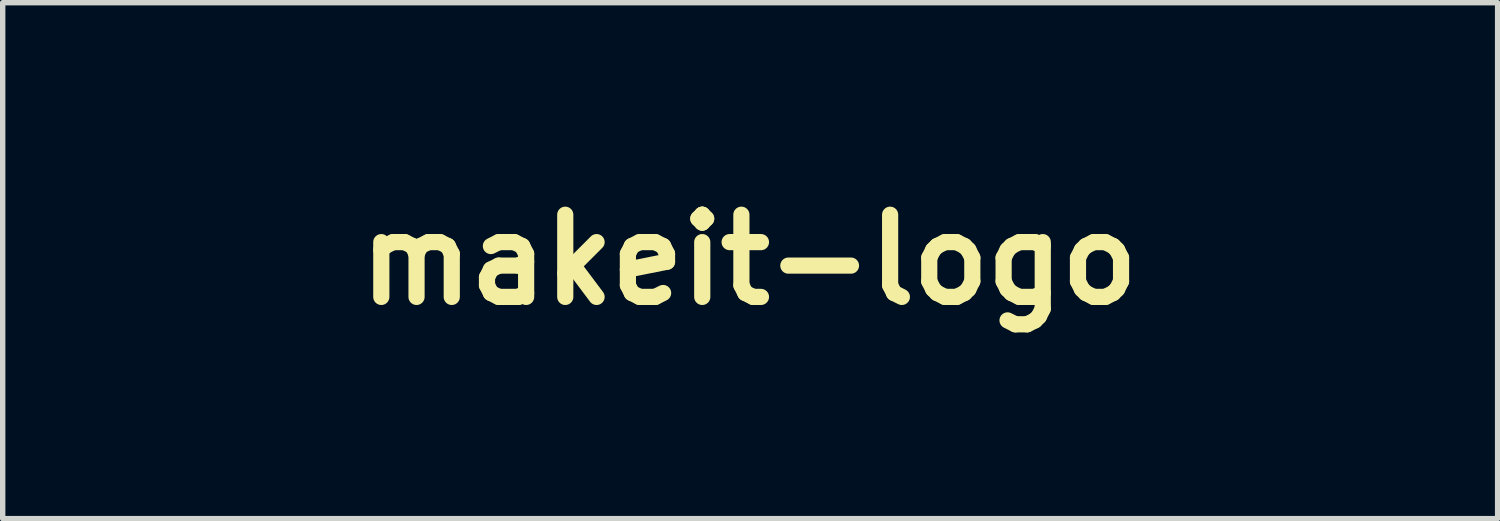
<source format=kicad_pcb>
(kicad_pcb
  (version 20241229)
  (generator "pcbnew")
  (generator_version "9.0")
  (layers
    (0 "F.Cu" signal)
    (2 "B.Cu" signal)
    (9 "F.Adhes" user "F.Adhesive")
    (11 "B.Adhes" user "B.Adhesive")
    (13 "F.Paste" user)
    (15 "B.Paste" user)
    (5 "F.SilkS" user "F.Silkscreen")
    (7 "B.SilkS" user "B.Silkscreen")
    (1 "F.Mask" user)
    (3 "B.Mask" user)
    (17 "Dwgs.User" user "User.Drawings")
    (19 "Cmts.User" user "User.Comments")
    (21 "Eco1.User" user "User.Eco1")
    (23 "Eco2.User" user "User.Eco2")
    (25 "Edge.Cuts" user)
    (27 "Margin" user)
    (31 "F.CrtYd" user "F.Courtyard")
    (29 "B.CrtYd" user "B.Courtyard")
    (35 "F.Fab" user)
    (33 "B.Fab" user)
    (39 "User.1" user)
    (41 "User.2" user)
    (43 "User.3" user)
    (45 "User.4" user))
  (footprint "makeit-logo"
    (layer "F.Cu")
    (at 10.842 1.766)
    (property "Reference" "makeit-logo" (at 0 0 0) (layer "F.SilkS") (effects (font (size 1.524 1.524) (thickness 0.3))))
    (attr through_hole)
    (fp_poly (pts (xy -6.589 0.783) (xy -6.587 0.821) (xy -6.596 0.904) (xy -6.606 0.981) (xy -6.657 1.157) (xy -6.746 1.28) (xy -6.879 1.354) (xy -7.023 1.381) (xy -7.136 1.386) (xy -7.208 1.374) (xy -7.266 1.338) (xy -7.296 1.309) (xy -7.368 1.203) (xy -7.374 1.098) (xy -7.316 1.001) (xy -7.307 0.993) (xy -7.252 0.962) (xy -7.155 0.924) (xy -7.031 0.882) (xy -6.896 0.842) (xy -6.769 0.808) (xy -6.665 0.786) (xy -6.6 0.78) (xy -6.589 0.783)) (stroke (width 0.01) (type solid)) (fill no) (layer "Eco2.User"))
    (fp_poly (pts (xy -2.668 0.112) (xy -2.531 0.172) (xy -2.51 0.188) (xy -2.431 0.284) (xy -2.368 0.411) (xy -2.338 0.534) (xy -2.337 0.55) (xy -2.369 0.56) (xy -2.455 0.568) (xy -2.584 0.573) (xy -2.742 0.576) (xy -2.76 0.576) (xy -2.936 0.575) (xy -3.054 0.572) (xy -3.128 0.565) (xy -3.166 0.552) (xy -3.181 0.531) (xy -3.183 0.505) (xy -3.159 0.387) (xy -3.096 0.267) (xy -3.012 0.174) (xy -2.977 0.151) (xy -2.825 0.104) (xy -2.668 0.112)) (stroke (width 0.01) (type solid)) (fill no) (layer "Eco2.User"))
    (fp_poly (pts (xy 6.043 0.783) (xy 6.045 0.821) (xy 6.037 0.904) (xy 6.026 0.981) (xy 5.975 1.157) (xy 5.886 1.28) (xy 5.753 1.354) (xy 5.61 1.381) (xy 5.496 1.386) (xy 5.424 1.374) (xy 5.367 1.338) (xy 5.336 1.309) (xy 5.265 1.204) (xy 5.257 1.099) (xy 5.313 1.006) (xy 5.334 0.988) (xy 5.391 0.958) (xy 5.491 0.92) (xy 5.616 0.879) (xy 5.749 0.84) (xy 5.875 0.807) (xy 5.976 0.786) (xy 6.035 0.78) (xy 6.043 0.783)) (stroke (width 0.01) (type solid)) (fill no) (layer "Eco2.User"))
    (fp_poly (pts (xy 8.118 0.164) (xy 8.139 0.173) (xy 8.243 0.255) (xy 8.319 0.384) (xy 8.365 0.544) (xy 8.383 0.72) (xy 8.371 0.897) (xy 8.328 1.06) (xy 8.255 1.194) (xy 8.176 1.269) (xy 8.024 1.331) (xy 7.861 1.333) (xy 7.813 1.321) (xy 7.698 1.27) (xy 7.616 1.189) (xy 7.548 1.067) (xy 7.496 0.887) (xy 7.488 0.693) (xy 7.523 0.504) (xy 7.595 0.337) (xy 7.702 0.211) (xy 7.705 0.209) (xy 7.826 0.152) (xy 7.973 0.136) (xy 8.118 0.164)) (stroke (width 0.01) (type solid)) (fill no) (layer "Eco2.User"))
    (fp_poly (pts (xy 10.871 -0.398) (xy 10.871 -0.059) (xy 10.871 0.218) (xy 10.869 0.439) (xy 10.867 0.609) (xy 10.864 0.734) (xy 10.86 0.819) (xy 10.853 0.871) (xy 10.845 0.895) (xy 10.834 0.897) (xy 10.821 0.883) (xy 10.809 0.864) (xy 10.715 0.762) (xy 10.563 0.665) (xy 10.364 0.579) (xy 10.159 0.516) (xy 9.969 0.464) (xy 9.837 0.417) (xy 9.753 0.37) (xy 9.708 0.318) (xy 9.692 0.265) (xy 9.711 0.173) (xy 9.787 0.107) (xy 9.911 0.072) (xy 9.983 0.068) (xy 10.07 0.074) (xy 10.142 0.1) (xy 10.221 0.157) (xy 10.298 0.226) (xy 10.441 0.337) (xy 10.565 0.385) (xy 10.672 0.369) (xy 10.717 0.34) (xy 10.759 0.266) (xy 10.766 0.161) (xy 10.737 0.051) (xy 10.702 -0.009) (xy 10.567 -0.129) (xy 10.383 -0.208) (xy 10.146 -0.248) (xy 10.007 -0.253) (xy 9.848 -0.251) (xy 9.734 -0.24) (xy 9.642 -0.216) (xy 9.549 -0.175) (xy 9.533 -0.167) (xy 9.366 -0.055) (xy 9.261 0.082) (xy 9.215 0.248) (xy 9.212 0.309) (xy 9.24 0.468) (xy 9.327 0.606) (xy 9.474 0.724) (xy 9.683 0.823) (xy 9.934 0.9) (xy 10.128 0.958) (xy 10.261 1.021) (xy 10.337 1.093) (xy 10.363 1.177) (xy 10.363 1.183) (xy 10.334 1.287) (xy 10.249 1.355) (xy 10.109 1.386) (xy 10.053 1.389) (xy 9.894 1.377) (xy 9.777 1.335) (xy 9.679 1.25) (xy 9.616 1.171) (xy 9.542 1.078) (xy 9.481 1.031) (xy 9.412 1.016) (xy 9.398 1.016) (xy 9.281 1.042) (xy 9.208 1.111) (xy 9.182 1.213) (xy 9.207 1.336) (xy 9.255 1.426) (xy 9.382 1.557) (xy 9.559 1.655) (xy 9.774 1.716) (xy 10.015 1.738) (xy 10.225 1.723) (xy 10.464 1.665) (xy 10.648 1.569) (xy 10.777 1.433) (xy 10.793 1.405) (xy 10.87 1.27) (xy 10.871 1.532) (xy 10.871 1.795) (xy 5.055 1.794) (xy 4.291 1.794) (xy 3.593 1.793) (xy 2.957 1.793) (xy 2.382 1.792) (xy 1.865 1.791) (xy 1.403 1.789) (xy 0.995 1.788) (xy 0.637 1.786) (xy 0.327 1.784) (xy 0.063 1.781) (xy -0.158 1.778) (xy -0.337 1.775) (xy -0.479 1.771) (xy -0.584 1.767) (xy -0.656 1.763) (xy -0.697 1.758) (xy -0.709 1.753) (xy -0.708 1.752) (xy -0.65 1.689) (xy -0.614 1.634) (xy -0.591 1.578) (xy -0.611 1.559) (xy -0.634 1.558) (xy -0.707 1.564) (xy -0.813 1.578) (xy -0.931 1.597) (xy -1.04 1.618) (xy -1.121 1.636) (xy -1.151 1.647) (xy -1.14 1.678) (xy -1.091 1.728) (xy -1.088 1.73) (xy -1.079 1.739) (xy -1.074 1.747) (xy -1.078 1.754) (xy -1.093 1.761) (xy -1.123 1.766) (xy -1.172 1.771) (xy -1.241 1.776) (xy -1.335 1.78) (xy -1.457 1.783) (xy -1.609 1.786) (xy -1.795 1.788) (xy -2.019 1.79) (xy -2.283 1.791) (xy -2.59 1.793) (xy -2.944 1.793) (xy -3.348 1.794) (xy -3.806 1.795) (xy -4.319 1.795) (xy -4.892 1.795) (xy -5.528 1.795) (xy -5.923 1.795) (xy -10.837 1.795) (xy -10.837 1.687) (xy -10.834 1.618) (xy -10.819 1.608) (xy -10.795 1.635) (xy -10.704 1.707) (xy -10.592 1.735) (xy -10.496 1.715) (xy -10.448 1.687) (xy -10.411 1.652) (xy -10.382 1.601) (xy -10.361 1.526) (xy -10.346 1.42) (xy -10.336 1.275) (xy -10.331 1.082) (xy -10.328 0.835) (xy -10.327 0.643) (xy -10.324 -0.22) (xy -10.11 0.61) (xy -10.05 0.841) (xy -9.994 1.054) (xy -9.944 1.24) (xy -9.904 1.387) (xy -9.875 1.486) (xy -9.863 1.524) (xy -9.781 1.649) (xy -9.663 1.72) (xy -9.517 1.733) (xy -9.426 1.714) (xy -9.382 1.69) (xy -9.341 1.642) (xy -9.299 1.565) (xy -9.254 1.451) (xy -9.204 1.295) (xy -9.146 1.09) (xy -9.078 0.83) (xy -9.021 0.597) (xy -8.822 -0.211) (xy -8.805 0.69) (xy -8.8 0.96) (xy -8.795 1.171) (xy -8.79 1.331) (xy -8.783 1.448) (xy -8.774 1.53) (xy -8.763 1.585) (xy -8.748 1.622) (xy -8.728 1.649) (xy -8.715 1.664) (xy -8.615 1.723) (xy -8.501 1.733) (xy -8.397 1.695) (xy -8.357 1.658) (xy -8.341 1.633) (xy -8.328 1.599) (xy -8.318 1.548) (xy -8.311 1.472) (xy -8.305 1.366) (xy -8.302 1.249) (xy -7.886 1.249) (xy -7.852 1.396) (xy -7.84 1.422) (xy -7.75 1.539) (xy -7.617 1.639) (xy -7.464 1.712) (xy -7.311 1.747) (xy -7.214 1.743) (xy -7.149 1.731) (xy -7.051 1.715) (xy -7.022 1.71) (xy -6.908 1.678) (xy -6.78 1.621) (xy -6.724 1.589) (xy -6.633 1.534) (xy -6.566 1.498) (xy -6.544 1.49) (xy -6.51 1.516) (xy -6.461 1.578) (xy -6.453 1.59) (xy -6.36 1.694) (xy -6.26 1.733) (xy -6.144 1.712) (xy -6.14 1.71) (xy -6.065 1.667) (xy -6.023 1.608) (xy -6.012 1.52) (xy -6.028 1.388) (xy -6.045 1.303) (xy -6.066 1.165) (xy -6.083 0.984) (xy -6.093 0.785) (xy -6.095 0.657) (xy -6.099 0.433) (xy -6.104 0.372) (xy -5.571 0.372) (xy -5.571 0.688) (xy -5.57 0.943) (xy -5.568 1.145) (xy -5.564 1.3) (xy -5.559 1.416) (xy -5.552 1.5) (xy -5.542 1.559) (xy -5.53 1.6) (xy -5.514 1.631) (xy -5.511 1.636) (xy -5.427 1.707) (xy -5.314 1.729) (xy -5.191 1.698) (xy -5.181 1.693) (xy -5.121 1.626) (xy -5.076 1.503) (xy -5.051 1.336) (xy -5.046 1.212) (xy -5.043 1.099) (xy -5.026 1.028) (xy -4.985 0.976) (xy -4.933 0.933) (xy -4.859 0.88) (xy -4.809 0.849) (xy -4.801 0.847) (xy -4.777 0.874) (xy -4.728 0.946) (xy -4.664 1.05) (xy -4.638 1.092) (xy -4.5 1.322) (xy -4.389 1.496) (xy -4.301 1.618) (xy -4.233 1.694) (xy -4.187 1.725) (xy -4.071 1.736) (xy -3.963 1.692) (xy -3.898 1.621) (xy -3.874 1.565) (xy -3.868 1.505) (xy -3.884 1.433) (xy -3.927 1.337) (xy -3.999 1.208) (xy -4.105 1.037) (xy -4.152 0.964) (xy -4.246 0.815) (xy -4.328 0.684) (xy -4.341 0.663) (xy -3.72 0.663) (xy -3.718 0.811) (xy -3.671 1.081) (xy -3.574 1.308) (xy -3.429 1.491) (xy -3.24 1.625) (xy -3.009 1.708) (xy -2.925 1.723) (xy -2.805 1.737) (xy -2.704 1.743) (xy -2.659 1.741) (xy -2.581 1.729) (xy -2.477 1.713) (xy -2.457 1.709) (xy -2.294 1.664) (xy -2.147 1.59) (xy -2.034 1.504) (xy -1.32 1.504) (xy -1.28 1.542) (xy -1.194 1.547) (xy -1.186 1.545) (xy -1.113 1.532) (xy -0.995 1.514) (xy -0.855 1.493) (xy -0.813 1.487) (xy -0.625 1.454) (xy -0.503 1.414) (xy -0.449 1.37) (xy -0.462 1.32) (xy -0.466 1.315) (xy -0.503 1.298) (xy -0.572 1.293) (xy -0.686 1.3) (xy -0.834 1.318) (xy -0.985 1.34) (xy -1.118 1.365) (xy -1.213 1.387) (xy -1.241 1.397) (xy -1.31 1.449) (xy -1.32 1.504) (xy -2.034 1.504) (xy -2.023 1.496) (xy -1.932 1.39) (xy -1.881 1.283) (xy -1.879 1.221) (xy -1.347 1.221) (xy -1.336 1.255) (xy -1.283 1.279) (xy -1.176 1.274) (xy -1.172 1.274) (xy -1.069 1.259) (xy -0.928 1.24) (xy -0.777 1.219) (xy -0.763 1.217) (xy -0.592 1.19) (xy -0.483 1.16) (xy -0.431 1.124) (xy -0.432 1.081) (xy -0.446 1.06) (xy -0.472 1.039) (xy -0.516 1.028) (xy -0.587 1.027) (xy -0.695 1.036) (xy -0.85 1.057) (xy -1.056 1.088) (xy -1.216 1.123) (xy -1.314 1.168) (xy -1.347 1.221) (xy -1.879 1.221) (xy -1.878 1.182) (xy -1.915 1.116) (xy -1.988 1.062) (xy -2.071 1.06) (xy -2.175 1.11) (xy -2.273 1.185) (xy -2.416 1.294) (xy -2.54 1.358) (xy -2.666 1.385) (xy -2.737 1.388) (xy -2.892 1.357) (xy -3.027 1.274) (xy -3.127 1.152) (xy -3.179 1.005) (xy -3.183 0.949) (xy -3.18 0.922) (xy -3.163 0.903) (xy -3.123 0.891) (xy -3.048 0.884) (xy -2.929 0.881) (xy -2.756 0.88) (xy -2.701 0.88) (xy -2.436 0.876) (xy -2.231 0.866) (xy -2.079 0.845) (xy -1.973 0.811) (xy -1.905 0.761) (xy -1.867 0.691) (xy -1.853 0.6) (xy -1.852 0.548) (xy -1.888 0.323) (xy -1.985 0.119) (xy -2.136 -0.055) (xy -2.319 -0.18) (xy -2.407 -0.217) (xy -2.507 -0.24) (xy -2.639 -0.25) (xy -2.76 -0.253) (xy -2.914 -0.251) (xy -3.022 -0.242) (xy -3.108 -0.22) (xy -3.194 -0.182) (xy -3.244 -0.155) (xy -3.439 -0.01) (xy -3.586 0.179) (xy -3.68 0.405) (xy -3.72 0.663) (xy -4.341 0.663) (xy -4.39 0.582) (xy -4.424 0.522) (xy -4.428 0.514) (xy -4.414 0.47) (xy -4.36 0.393) (xy -4.276 0.295) (xy -4.242 0.26) (xy -4.12 0.13) (xy -4.047 0.032) (xy -4.016 -0.045) (xy -4.024 -0.112) (xy -4.066 -0.181) (xy -4.066 -0.181) (xy -4.125 -0.243) (xy -4.185 -0.273) (xy -4.255 -0.266) (xy -4.341 -0.22) (xy -4.452 -0.13) (xy -4.596 0.006) (xy -4.676 0.086) (xy -5.029 0.442) (xy -5.046 -0.178) (xy -5.055 -0.433) (xy -5.066 -0.628) (xy -5.07 -0.658) (xy -1.758 -0.658) (xy -1.756 -0.614) (xy -1.746 -0.507) (xy -1.728 -0.414) (xy -1.693 -0.319) (xy -1.636 -0.203) (xy -1.551 -0.05) (xy -1.422 0.204) (xy -1.338 0.432) (xy -1.296 0.652) (xy -1.287 0.819) (xy -1.287 0.948) (xy -0.484 0.948) (xy -0.464 0.734) (xy -0.411 0.459) (xy -0.302 0.189) (xy -0.17 -0.031) (xy 0.203 -0.031) (xy 0.232 0.064) (xy 0.313 0.121) (xy 0.404 0.135) (xy 0.43 0.138) (xy 0.448 0.152) (xy 0.461 0.188) (xy 0.469 0.254) (xy 0.473 0.361) (xy 0.474 0.517) (xy 0.475 0.703) (xy 0.477 0.903) (xy 0.482 1.089) (xy 0.49 1.246) (xy 0.5 1.36) (xy 0.506 1.402) (xy 0.573 1.557) (xy 0.688 1.665) (xy 0.848 1.724) (xy 0.938 1.742) (xy 0.992 1.755) (xy 0.999 1.757) (xy 1.029 1.754) (xy 1.108 1.742) (xy 1.198 1.728) (xy 1.364 1.687) (xy 1.469 1.626) (xy 1.518 1.541) (xy 1.524 1.489) (xy 1.504 1.393) (xy 1.44 1.34) (xy 1.326 1.325) (xy 1.259 1.331) (xy 1.17 1.34) (xy 1.103 1.338) (xy 1.057 1.317) (xy 1.026 1.267) (xy 1.007 1.18) (xy 0.997 1.048) (xy 0.991 0.863) (xy 0.988 0.712) (xy 0.981 0.325) (xy 2.642 0.325) (xy 2.642 0.644) (xy 2.644 0.902) (xy 2.647 1.106) (xy 2.651 1.263) (xy 2.658 1.38) (xy 2.667 1.463) (xy 2.678 1.52) (xy 2.692 1.556) (xy 2.739 1.63) (xy 2.784 1.671) (xy 2.785 1.671) (xy 2.83 1.676) (xy 2.932 1.68) (xy 3.082 1.685) (xy 3.27 1.688) (xy 3.485 1.69) (xy 3.615 1.691) (xy 3.867 1.691) (xy 4.06 1.691) (xy 4.202 1.688) (xy 4.304 1.683) (xy 4.373 1.674) (xy 4.418 1.662) (xy 4.449 1.644) (xy 4.47 1.626) (xy 4.522 1.545) (xy 4.538 1.473) (xy 4.515 1.386) (xy 4.47 1.321) (xy 4.442 1.297) (xy 4.404 1.279) (xy 4.348 1.267) (xy 4.262 1.259) (xy 4.138 1.255) (xy 3.963 1.253) (xy 3.793 1.253) (xy 3.183 1.253) (xy 3.183 1.111) (xy 4.744 1.111) (xy 4.753 1.283) (xy 4.816 1.446) (xy 4.927 1.583) (xy 4.954 1.605) (xy 5.064 1.669) (xy 5.2 1.718) (xy 5.331 1.744) (xy 5.419 1.743) (xy 5.483 1.731) (xy 5.581 1.715) (xy 5.611 1.71) (xy 5.724 1.678) (xy 5.852 1.621) (xy 5.908 1.589) (xy 6.027 1.52) (xy 6.099 1.492) (xy 6.128 1.505) (xy 6.13 1.516) (xy 6.151 1.555) (xy 6.203 1.62) (xy 6.216 1.634) (xy 6.325 1.71) (xy 6.445 1.723) (xy 6.562 1.672) (xy 6.571 1.665) (xy 6.648 1.603) (xy 6.592 1.326) (xy 6.564 1.14) (xy 6.545 0.915) (xy 6.536 0.681) (xy 6.536 0.648) (xy 6.533 0.426) (xy 6.527 0.362) (xy 6.977 0.362) (xy 6.978 0.73) (xy 6.981 1.037) (xy 6.986 1.282) (xy 6.993 1.464) (xy 7.002 1.581) (xy 7.013 1.63) (xy 7.086 1.707) (xy 7.184 1.735) (xy 7.288 1.717) (xy 7.379 1.657) (xy 7.436 1.563) (xy 7.462 1.491) (xy 7.486 1.477) (xy 7.524 1.512) (xy 7.533 1.522) (xy 7.681 1.637) (xy 7.862 1.706) (xy 8.06 1.729) (xy 8.262 1.707) (xy 8.45 1.639) (xy 8.611 1.528) (xy 8.657 1.479) (xy 8.784 1.28) (xy 8.866 1.046) (xy 8.902 0.793) (xy 8.891 0.536) (xy 8.833 0.293) (xy 8.727 0.078) (xy 8.727 0.077) (xy 8.579 -0.087) (xy 8.397 -0.199) (xy 8.194 -0.256) (xy 7.98 -0.257) (xy 7.768 -0.201) (xy 7.591 -0.101) (xy 7.451 0.000425) (xy 7.451 -0.419) (xy 7.449 -0.603) (xy 7.444 -0.732) (xy 7.432 -0.819) (xy 7.414 -0.876) (xy 7.391 -0.913) (xy 7.302 -0.975) (xy 7.192 -0.99) (xy 7.088 -0.958) (xy 7.039 -0.916) (xy 7.022 -0.892) (xy 7.009 -0.859) (xy 6.998 -0.811) (xy 6.991 -0.741) (xy 6.985 -0.641) (xy 6.981 -0.506) (xy 6.978 -0.327) (xy 6.977 -0.098) (xy 6.977 0.188) (xy 6.977 0.362) (xy 6.527 0.362) (xy 6.519 0.258) (xy 6.493 0.132) (xy 6.45 0.034) (xy 6.388 -0.048) (xy 6.343 -0.092) (xy 6.189 -0.19) (xy 5.988 -0.249) (xy 5.737 -0.269) (xy 5.6 -0.264) (xy 5.338 -0.228) (xy 5.129 -0.153) (xy 4.975 -0.041) (xy 4.937 0.004) (xy 4.852 0.141) (xy 4.826 0.252) (xy 4.855 0.347) (xy 4.891 0.39) (xy 4.993 0.46) (xy 5.088 0.464) (xy 5.172 0.403) (xy 5.173 0.401) (xy 5.275 0.278) (xy 5.349 0.197) (xy 5.41 0.15) (xy 5.474 0.125) (xy 5.554 0.113) (xy 5.598 0.109) (xy 5.763 0.103) (xy 5.875 0.12) (xy 5.948 0.163) (xy 5.993 0.234) (xy 6.022 0.307) (xy 6.033 0.364) (xy 6.02 0.408) (xy 5.975 0.445) (xy 5.891 0.48) (xy 5.76 0.517) (xy 5.574 0.561) (xy 5.44 0.592) (xy 5.212 0.652) (xy 5.04 0.718) (xy 4.916 0.795) (xy 4.828 0.889) (xy 4.792 0.948) (xy 4.744 1.111) (xy 3.183 1.111) (xy 3.183 -0.835) (xy 3.1 -0.914) (xy 2.987 -0.98) (xy 2.865 -0.985) (xy 2.753 -0.932) (xy 2.718 -0.898) (xy 2.697 -0.872) (xy 2.681 -0.845) (xy 2.668 -0.807) (xy 2.658 -0.753) (xy 2.651 -0.674) (xy 2.647 -0.564) (xy 2.644 -0.415) (xy 2.642 -0.22) (xy 2.642 0.029) (xy 2.642 0.325) (xy 0.981 0.325) (xy 0.978 0.135) (xy 1.115 0.135) (xy 1.237 0.115) (xy 1.329 0.063) (xy 1.38 -0.011) (xy 1.378 -0.093) (xy 1.363 -0.122) (xy 1.288 -0.185) (xy 1.175 -0.227) (xy 1.086 -0.237) (xy 0.982 -0.237) (xy 0.982 -0.488) (xy 0.979 -0.619) (xy 0.972 -0.727) (xy 0.962 -0.792) (xy 0.961 -0.794) (xy 0.902 -0.866) (xy 0.807 -0.914) (xy 0.704 -0.925) (xy 0.666 -0.916) (xy 0.572 -0.861) (xy 0.512 -0.772) (xy 0.481 -0.639) (xy 0.474 -0.487) (xy 0.473 -0.361) (xy 0.465 -0.287) (xy 0.446 -0.248) (xy 0.409 -0.229) (xy 0.381 -0.221) (xy 0.271 -0.178) (xy 0.216 -0.112) (xy 0.203 -0.031) (xy -0.17 -0.031) (xy -0.164 -0.042) (xy -0.045 -0.245) (xy 0.034 -0.443) (xy 0.067 -0.619) (xy 0.068 -0.643) (xy 0.039 -0.838) (xy -0.04 -1.038) (xy -0.159 -1.219) (xy -0.192 -1.256) (xy -0.369 -1.415) (xy -0.551 -1.514) (xy -0.752 -1.559) (xy -0.863 -1.564) (xy -1.111 -1.533) (xy -1.325 -1.444) (xy -1.505 -1.297) (xy -1.649 -1.091) (xy -1.684 -1.022) (xy -1.733 -0.901) (xy -1.756 -0.791) (xy -1.758 -0.658) (xy -5.07 -0.658) (xy -5.084 -0.771) (xy -5.109 -0.869) (xy -5.146 -0.932) (xy -5.197 -0.966) (xy -5.264 -0.98) (xy -5.317 -0.982) (xy -5.417 -0.972) (xy -5.481 -0.931) (xy -5.511 -0.891) (xy -5.527 -0.861) (xy -5.54 -0.822) (xy -5.55 -0.766) (xy -5.558 -0.687) (xy -5.564 -0.577) (xy -5.567 -0.429) (xy -5.57 -0.236) (xy -5.571 0.01) (xy -5.571 0.315) (xy -5.571 0.372) (xy -6.104 0.372) (xy -6.112 0.264) (xy -6.138 0.137) (xy -6.179 0.039) (xy -6.239 -0.042) (xy -6.287 -0.089) (xy -6.435 -0.184) (xy -6.626 -0.245) (xy -6.843 -0.273) (xy -7.069 -0.268) (xy -7.288 -0.231) (xy -7.484 -0.161) (xy -7.637 -0.063) (xy -7.74 0.056) (xy -7.794 0.181) (xy -7.796 0.298) (xy -7.745 0.396) (xy -7.684 0.442) (xy -7.582 0.465) (xy -7.481 0.423) (xy -7.381 0.313) (xy -7.374 0.304) (xy -7.287 0.199) (xy -7.188 0.137) (xy -7.058 0.107) (xy -6.926 0.102) (xy -6.781 0.115) (xy -6.687 0.161) (xy -6.631 0.246) (xy -6.617 0.29) (xy -6.607 0.366) (xy -6.627 0.421) (xy -6.688 0.463) (xy -6.8 0.499) (xy -6.897 0.523) (xy -7.158 0.584) (xy -7.362 0.637) (xy -7.517 0.686) (xy -7.632 0.735) (xy -7.716 0.788) (xy -7.778 0.85) (xy -7.826 0.923) (xy -7.84 0.948) (xy -7.882 1.088) (xy -7.886 1.249) (xy -8.302 1.249) (xy -8.301 1.222) (xy -8.299 1.033) (xy -8.298 0.792) (xy -8.298 0.493) (xy -8.298 0.394) (xy -8.299 0.116) (xy -8.301 -0.141) (xy -8.304 -0.37) (xy -8.308 -0.561) (xy -8.313 -0.707) (xy -8.318 -0.801) (xy -8.323 -0.833) (xy -8.395 -0.894) (xy -8.516 -0.932) (xy -8.694 -0.948) (xy -8.752 -0.948) (xy -8.896 -0.944) (xy -8.99 -0.931) (xy -9.049 -0.905) (xy -9.07 -0.887) (xy -9.101 -0.832) (xy -9.144 -0.719) (xy -9.196 -0.557) (xy -9.255 -0.355) (xy -9.292 -0.218) (xy -9.348 -0.009) (xy -9.403 0.193) (xy -9.451 0.372) (xy -9.49 0.514) (xy -9.512 0.591) (xy -9.57 0.792) (xy -9.748 0.117) (xy -9.823 -0.167) (xy -9.884 -0.392) (xy -9.933 -0.565) (xy -9.973 -0.694) (xy -10.005 -0.786) (xy -10.033 -0.848) (xy -10.058 -0.886) (xy -10.083 -0.909) (xy -10.093 -0.915) (xy -10.157 -0.931) (xy -10.265 -0.943) (xy -10.397 -0.948) (xy -10.407 -0.948) (xy -10.551 -0.944) (xy -10.648 -0.93) (xy -10.717 -0.9) (xy -10.748 -0.878) (xy -10.837 -0.808) (xy -10.837 -1.761) (xy 10.871 -1.761) (xy 10.871 -0.398)) (stroke (width 0.01) (type solid)) (fill no) (layer "Eco2.User")))
  (gr_rect
    (start -3 -3)
    (end 24.719 6.566)
    (stroke (width 0.1) (type default))
    (fill no)
    (layer "Edge.Cuts")))
</source>
